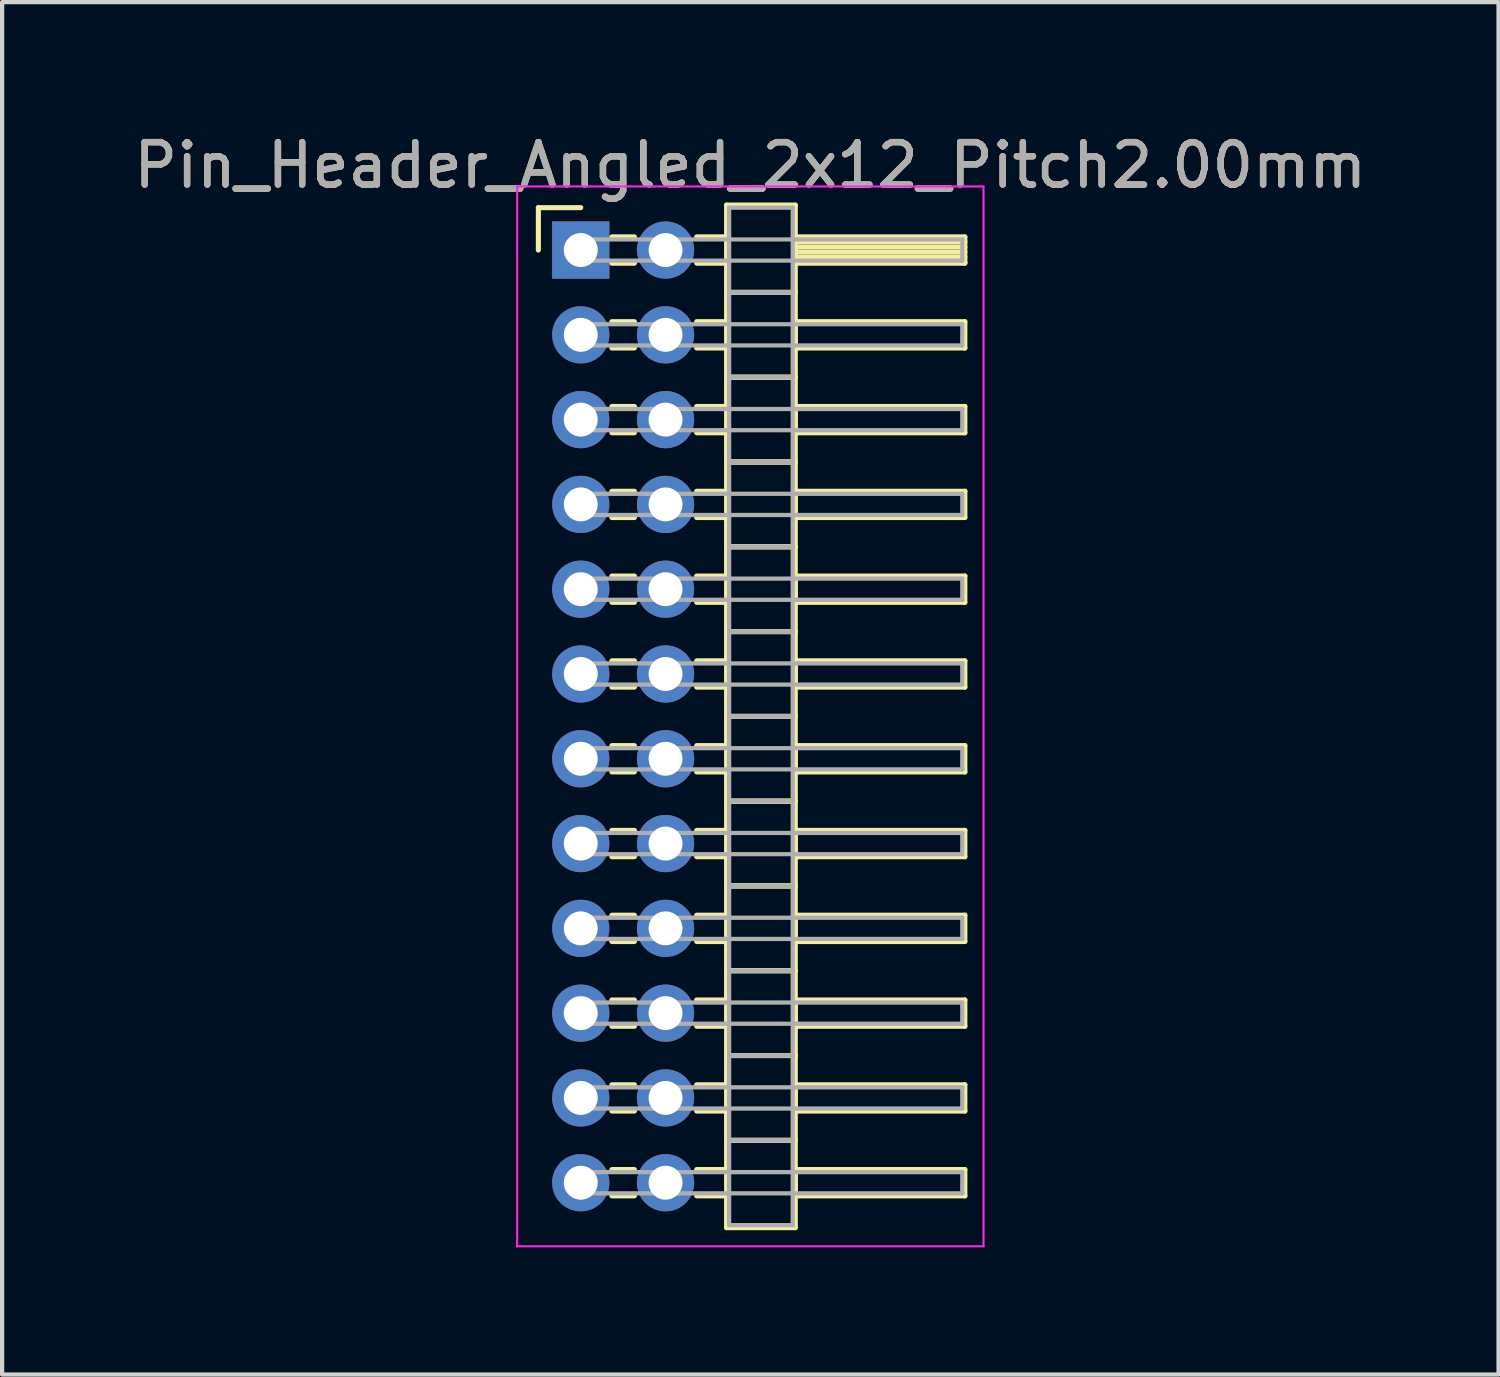
<source format=kicad_pcb>
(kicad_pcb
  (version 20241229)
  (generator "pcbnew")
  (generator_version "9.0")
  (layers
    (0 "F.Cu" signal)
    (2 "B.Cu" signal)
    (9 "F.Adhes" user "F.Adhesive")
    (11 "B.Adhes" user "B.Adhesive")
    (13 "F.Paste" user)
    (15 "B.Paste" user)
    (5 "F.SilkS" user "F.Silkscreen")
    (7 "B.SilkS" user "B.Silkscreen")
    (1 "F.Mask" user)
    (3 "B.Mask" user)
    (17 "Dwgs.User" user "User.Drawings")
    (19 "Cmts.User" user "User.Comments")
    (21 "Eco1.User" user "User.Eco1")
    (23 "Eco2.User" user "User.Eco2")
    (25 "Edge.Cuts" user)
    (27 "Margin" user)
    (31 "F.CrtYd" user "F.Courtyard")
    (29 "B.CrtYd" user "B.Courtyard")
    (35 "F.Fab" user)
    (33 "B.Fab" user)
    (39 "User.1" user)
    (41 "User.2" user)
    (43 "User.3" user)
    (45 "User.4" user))
  (footprint "Pin_Header_Angled_2x12_Pitch2.00mm"
    (layer "F.Cu")
    (at 10.649 2.848)
    (property "Reference" "Pin_Header_Angled_2x12_Pitch2.00mm" (at 4 -2 0) (layer "F.SilkS") (effects (font (size 1 1) (thickness 0.15))))
    (attr through_hole)
    (fp_line (start -1 -1) (end 0 -1) (stroke (width 0.12) (type solid)) (layer "F.SilkS"))
    (fp_line (start -1 0) (end -1 -1) (stroke (width 0.12) (type solid)) (layer "F.SilkS"))
    (fp_line (start 0.735 -0.31) (end 1.265 -0.31) (stroke (width 0.12) (type solid)) (layer "F.SilkS"))
    (fp_line (start 0.735 0.31) (end 1.265 0.31) (stroke (width 0.12) (type solid)) (layer "F.SilkS"))
    (fp_line (start 0.735 1.69) (end 1.265 1.69) (stroke (width 0.12) (type solid)) (layer "F.SilkS"))
    (fp_line (start 0.735 2.31) (end 1.265 2.31) (stroke (width 0.12) (type solid)) (layer "F.SilkS"))
    (fp_line (start 0.735 3.69) (end 1.265 3.69) (stroke (width 0.12) (type solid)) (layer "F.SilkS"))
    (fp_line (start 0.735 4.31) (end 1.265 4.31) (stroke (width 0.12) (type solid)) (layer "F.SilkS"))
    (fp_line (start 0.735 5.69) (end 1.265 5.69) (stroke (width 0.12) (type solid)) (layer "F.SilkS"))
    (fp_line (start 0.735 6.31) (end 1.265 6.31) (stroke (width 0.12) (type solid)) (layer "F.SilkS"))
    (fp_line (start 0.735 7.69) (end 1.265 7.69) (stroke (width 0.12) (type solid)) (layer "F.SilkS"))
    (fp_line (start 0.735 8.31) (end 1.265 8.31) (stroke (width 0.12) (type solid)) (layer "F.SilkS"))
    (fp_line (start 0.735 9.69) (end 1.265 9.69) (stroke (width 0.12) (type solid)) (layer "F.SilkS"))
    (fp_line (start 0.735 10.31) (end 1.265 10.31) (stroke (width 0.12) (type solid)) (layer "F.SilkS"))
    (fp_line (start 0.735 11.69) (end 1.265 11.69) (stroke (width 0.12) (type solid)) (layer "F.SilkS"))
    (fp_line (start 0.735 12.31) (end 1.265 12.31) (stroke (width 0.12) (type solid)) (layer "F.SilkS"))
    (fp_line (start 0.735 13.69) (end 1.265 13.69) (stroke (width 0.12) (type solid)) (layer "F.SilkS"))
    (fp_line (start 0.735 14.31) (end 1.265 14.31) (stroke (width 0.12) (type solid)) (layer "F.SilkS"))
    (fp_line (start 0.735 15.69) (end 1.265 15.69) (stroke (width 0.12) (type solid)) (layer "F.SilkS"))
    (fp_line (start 0.735 16.31) (end 1.265 16.31) (stroke (width 0.12) (type solid)) (layer "F.SilkS"))
    (fp_line (start 0.735 17.69) (end 1.265 17.69) (stroke (width 0.12) (type solid)) (layer "F.SilkS"))
    (fp_line (start 0.735 18.31) (end 1.265 18.31) (stroke (width 0.12) (type solid)) (layer "F.SilkS"))
    (fp_line (start 0.735 19.69) (end 1.265 19.69) (stroke (width 0.12) (type solid)) (layer "F.SilkS"))
    (fp_line (start 0.735 20.31) (end 1.265 20.31) (stroke (width 0.12) (type solid)) (layer "F.SilkS"))
    (fp_line (start 0.735 21.69) (end 1.265 21.69) (stroke (width 0.12) (type solid)) (layer "F.SilkS"))
    (fp_line (start 0.735 22.31) (end 1.265 22.31) (stroke (width 0.12) (type solid)) (layer "F.SilkS"))
    (fp_line (start 2.735 -0.31) (end 3.44 -0.31) (stroke (width 0.12) (type solid)) (layer "F.SilkS"))
    (fp_line (start 2.735 0.31) (end 3.44 0.31) (stroke (width 0.12) (type solid)) (layer "F.SilkS"))
    (fp_line (start 2.735 1.69) (end 3.44 1.69) (stroke (width 0.12) (type solid)) (layer "F.SilkS"))
    (fp_line (start 2.735 2.31) (end 3.44 2.31) (stroke (width 0.12) (type solid)) (layer "F.SilkS"))
    (fp_line (start 2.735 3.69) (end 3.44 3.69) (stroke (width 0.12) (type solid)) (layer "F.SilkS"))
    (fp_line (start 2.735 4.31) (end 3.44 4.31) (stroke (width 0.12) (type solid)) (layer "F.SilkS"))
    (fp_line (start 2.735 5.69) (end 3.44 5.69) (stroke (width 0.12) (type solid)) (layer "F.SilkS"))
    (fp_line (start 2.735 6.31) (end 3.44 6.31) (stroke (width 0.12) (type solid)) (layer "F.SilkS"))
    (fp_line (start 2.735 7.69) (end 3.44 7.69) (stroke (width 0.12) (type solid)) (layer "F.SilkS"))
    (fp_line (start 2.735 8.31) (end 3.44 8.31) (stroke (width 0.12) (type solid)) (layer "F.SilkS"))
    (fp_line (start 2.735 9.69) (end 3.44 9.69) (stroke (width 0.12) (type solid)) (layer "F.SilkS"))
    (fp_line (start 2.735 10.31) (end 3.44 10.31) (stroke (width 0.12) (type solid)) (layer "F.SilkS"))
    (fp_line (start 2.735 11.69) (end 3.44 11.69) (stroke (width 0.12) (type solid)) (layer "F.SilkS"))
    (fp_line (start 2.735 12.31) (end 3.44 12.31) (stroke (width 0.12) (type solid)) (layer "F.SilkS"))
    (fp_line (start 2.735 13.69) (end 3.44 13.69) (stroke (width 0.12) (type solid)) (layer "F.SilkS"))
    (fp_line (start 2.735 14.31) (end 3.44 14.31) (stroke (width 0.12) (type solid)) (layer "F.SilkS"))
    (fp_line (start 2.735 15.69) (end 3.44 15.69) (stroke (width 0.12) (type solid)) (layer "F.SilkS"))
    (fp_line (start 2.735 16.31) (end 3.44 16.31) (stroke (width 0.12) (type solid)) (layer "F.SilkS"))
    (fp_line (start 2.735 17.69) (end 3.44 17.69) (stroke (width 0.12) (type solid)) (layer "F.SilkS"))
    (fp_line (start 2.735 18.31) (end 3.44 18.31) (stroke (width 0.12) (type solid)) (layer "F.SilkS"))
    (fp_line (start 2.735 19.69) (end 3.44 19.69) (stroke (width 0.12) (type solid)) (layer "F.SilkS"))
    (fp_line (start 2.735 20.31) (end 3.44 20.31) (stroke (width 0.12) (type solid)) (layer "F.SilkS"))
    (fp_line (start 2.735 21.69) (end 3.44 21.69) (stroke (width 0.12) (type solid)) (layer "F.SilkS"))
    (fp_line (start 2.735 22.31) (end 3.44 22.31) (stroke (width 0.12) (type solid)) (layer "F.SilkS"))
    (fp_line (start 3.44 -1.06) (end 3.44 1) (stroke (width 0.12) (type solid)) (layer "F.SilkS"))
    (fp_line (start 3.44 1) (end 3.44 3) (stroke (width 0.12) (type solid)) (layer "F.SilkS"))
    (fp_line (start 3.44 1) (end 5.06 1) (stroke (width 0.12) (type solid)) (layer "F.SilkS"))
    (fp_line (start 3.44 3) (end 3.44 5) (stroke (width 0.12) (type solid)) (layer "F.SilkS"))
    (fp_line (start 3.44 3) (end 5.06 3) (stroke (width 0.12) (type solid)) (layer "F.SilkS"))
    (fp_line (start 3.44 5) (end 3.44 7) (stroke (width 0.12) (type solid)) (layer "F.SilkS"))
    (fp_line (start 3.44 5) (end 5.06 5) (stroke (width 0.12) (type solid)) (layer "F.SilkS"))
    (fp_line (start 3.44 7) (end 3.44 9) (stroke (width 0.12) (type solid)) (layer "F.SilkS"))
    (fp_line (start 3.44 7) (end 5.06 7) (stroke (width 0.12) (type solid)) (layer "F.SilkS"))
    (fp_line (start 3.44 9) (end 3.44 11) (stroke (width 0.12) (type solid)) (layer "F.SilkS"))
    (fp_line (start 3.44 9) (end 5.06 9) (stroke (width 0.12) (type solid)) (layer "F.SilkS"))
    (fp_line (start 3.44 11) (end 3.44 13) (stroke (width 0.12) (type solid)) (layer "F.SilkS"))
    (fp_line (start 3.44 11) (end 5.06 11) (stroke (width 0.12) (type solid)) (layer "F.SilkS"))
    (fp_line (start 3.44 13) (end 3.44 15) (stroke (width 0.12) (type solid)) (layer "F.SilkS"))
    (fp_line (start 3.44 13) (end 5.06 13) (stroke (width 0.12) (type solid)) (layer "F.SilkS"))
    (fp_line (start 3.44 15) (end 3.44 17) (stroke (width 0.12) (type solid)) (layer "F.SilkS"))
    (fp_line (start 3.44 15) (end 5.06 15) (stroke (width 0.12) (type solid)) (layer "F.SilkS"))
    (fp_line (start 3.44 17) (end 3.44 19) (stroke (width 0.12) (type solid)) (layer "F.SilkS"))
    (fp_line (start 3.44 17) (end 5.06 17) (stroke (width 0.12) (type solid)) (layer "F.SilkS"))
    (fp_line (start 3.44 19) (end 3.44 21) (stroke (width 0.12) (type solid)) (layer "F.SilkS"))
    (fp_line (start 3.44 19) (end 5.06 19) (stroke (width 0.12) (type solid)) (layer "F.SilkS"))
    (fp_line (start 3.44 21) (end 3.44 23.06) (stroke (width 0.12) (type solid)) (layer "F.SilkS"))
    (fp_line (start 3.44 21) (end 5.06 21) (stroke (width 0.12) (type solid)) (layer "F.SilkS"))
    (fp_line (start 3.44 23.06) (end 5.06 23.06) (stroke (width 0.12) (type solid)) (layer "F.SilkS"))
    (fp_line (start 5.06 -1.06) (end 3.44 -1.06) (stroke (width 0.12) (type solid)) (layer "F.SilkS"))
    (fp_line (start 5.06 -0.31) (end 5.06 0.31) (stroke (width 0.12) (type solid)) (layer "F.SilkS"))
    (fp_line (start 5.06 -0.19) (end 9.06 -0.19) (stroke (width 0.12) (type solid)) (layer "F.SilkS"))
    (fp_line (start 5.06 -0.07) (end 9.06 -0.07) (stroke (width 0.12) (type solid)) (layer "F.SilkS"))
    (fp_line (start 5.06 0.05) (end 9.06 0.05) (stroke (width 0.12) (type solid)) (layer "F.SilkS"))
    (fp_line (start 5.06 0.17) (end 9.06 0.17) (stroke (width 0.12) (type solid)) (layer "F.SilkS"))
    (fp_line (start 5.06 0.29) (end 9.06 0.29) (stroke (width 0.12) (type solid)) (layer "F.SilkS"))
    (fp_line (start 5.06 0.31) (end 9.06 0.31) (stroke (width 0.12) (type solid)) (layer "F.SilkS"))
    (fp_line (start 5.06 1) (end 3.44 1) (stroke (width 0.12) (type solid)) (layer "F.SilkS"))
    (fp_line (start 5.06 1) (end 5.06 -1.06) (stroke (width 0.12) (type solid)) (layer "F.SilkS"))
    (fp_line (start 5.06 1.69) (end 5.06 2.31) (stroke (width 0.12) (type solid)) (layer "F.SilkS"))
    (fp_line (start 5.06 2.31) (end 9.06 2.31) (stroke (width 0.12) (type solid)) (layer "F.SilkS"))
    (fp_line (start 5.06 3) (end 3.44 3) (stroke (width 0.12) (type solid)) (layer "F.SilkS"))
    (fp_line (start 5.06 3) (end 5.06 1) (stroke (width 0.12) (type solid)) (layer "F.SilkS"))
    (fp_line (start 5.06 3.69) (end 5.06 4.31) (stroke (width 0.12) (type solid)) (layer "F.SilkS"))
    (fp_line (start 5.06 4.31) (end 9.06 4.31) (stroke (width 0.12) (type solid)) (layer "F.SilkS"))
    (fp_line (start 5.06 5) (end 3.44 5) (stroke (width 0.12) (type solid)) (layer "F.SilkS"))
    (fp_line (start 5.06 5) (end 5.06 3) (stroke (width 0.12) (type solid)) (layer "F.SilkS"))
    (fp_line (start 5.06 5.69) (end 5.06 6.31) (stroke (width 0.12) (type solid)) (layer "F.SilkS"))
    (fp_line (start 5.06 6.31) (end 9.06 6.31) (stroke (width 0.12) (type solid)) (layer "F.SilkS"))
    (fp_line (start 5.06 7) (end 3.44 7) (stroke (width 0.12) (type solid)) (layer "F.SilkS"))
    (fp_line (start 5.06 7) (end 5.06 5) (stroke (width 0.12) (type solid)) (layer "F.SilkS"))
    (fp_line (start 5.06 7.69) (end 5.06 8.31) (stroke (width 0.12) (type solid)) (layer "F.SilkS"))
    (fp_line (start 5.06 8.31) (end 9.06 8.31) (stroke (width 0.12) (type solid)) (layer "F.SilkS"))
    (fp_line (start 5.06 9) (end 3.44 9) (stroke (width 0.12) (type solid)) (layer "F.SilkS"))
    (fp_line (start 5.06 9) (end 5.06 7) (stroke (width 0.12) (type solid)) (layer "F.SilkS"))
    (fp_line (start 5.06 9.69) (end 5.06 10.31) (stroke (width 0.12) (type solid)) (layer "F.SilkS"))
    (fp_line (start 5.06 10.31) (end 9.06 10.31) (stroke (width 0.12) (type solid)) (layer "F.SilkS"))
    (fp_line (start 5.06 11) (end 3.44 11) (stroke (width 0.12) (type solid)) (layer "F.SilkS"))
    (fp_line (start 5.06 11) (end 5.06 9) (stroke (width 0.12) (type solid)) (layer "F.SilkS"))
    (fp_line (start 5.06 11.69) (end 5.06 12.31) (stroke (width 0.12) (type solid)) (layer "F.SilkS"))
    (fp_line (start 5.06 12.31) (end 9.06 12.31) (stroke (width 0.12) (type solid)) (layer "F.SilkS"))
    (fp_line (start 5.06 13) (end 3.44 13) (stroke (width 0.12) (type solid)) (layer "F.SilkS"))
    (fp_line (start 5.06 13) (end 5.06 11) (stroke (width 0.12) (type solid)) (layer "F.SilkS"))
    (fp_line (start 5.06 13.69) (end 5.06 14.31) (stroke (width 0.12) (type solid)) (layer "F.SilkS"))
    (fp_line (start 5.06 14.31) (end 9.06 14.31) (stroke (width 0.12) (type solid)) (layer "F.SilkS"))
    (fp_line (start 5.06 15) (end 3.44 15) (stroke (width 0.12) (type solid)) (layer "F.SilkS"))
    (fp_line (start 5.06 15) (end 5.06 13) (stroke (width 0.12) (type solid)) (layer "F.SilkS"))
    (fp_line (start 5.06 15.69) (end 5.06 16.31) (stroke (width 0.12) (type solid)) (layer "F.SilkS"))
    (fp_line (start 5.06 16.31) (end 9.06 16.31) (stroke (width 0.12) (type solid)) (layer "F.SilkS"))
    (fp_line (start 5.06 17) (end 3.44 17) (stroke (width 0.12) (type solid)) (layer "F.SilkS"))
    (fp_line (start 5.06 17) (end 5.06 15) (stroke (width 0.12) (type solid)) (layer "F.SilkS"))
    (fp_line (start 5.06 17.69) (end 5.06 18.31) (stroke (width 0.12) (type solid)) (layer "F.SilkS"))
    (fp_line (start 5.06 18.31) (end 9.06 18.31) (stroke (width 0.12) (type solid)) (layer "F.SilkS"))
    (fp_line (start 5.06 19) (end 3.44 19) (stroke (width 0.12) (type solid)) (layer "F.SilkS"))
    (fp_line (start 5.06 19) (end 5.06 17) (stroke (width 0.12) (type solid)) (layer "F.SilkS"))
    (fp_line (start 5.06 19.69) (end 5.06 20.31) (stroke (width 0.12) (type solid)) (layer "F.SilkS"))
    (fp_line (start 5.06 20.31) (end 9.06 20.31) (stroke (width 0.12) (type solid)) (layer "F.SilkS"))
    (fp_line (start 5.06 21) (end 3.44 21) (stroke (width 0.12) (type solid)) (layer "F.SilkS"))
    (fp_line (start 5.06 21) (end 5.06 19) (stroke (width 0.12) (type solid)) (layer "F.SilkS"))
    (fp_line (start 5.06 21.69) (end 5.06 22.31) (stroke (width 0.12) (type solid)) (layer "F.SilkS"))
    (fp_line (start 5.06 22.31) (end 9.06 22.31) (stroke (width 0.12) (type solid)) (layer "F.SilkS"))
    (fp_line (start 5.06 23.06) (end 5.06 21) (stroke (width 0.12) (type solid)) (layer "F.SilkS"))
    (fp_line (start 9.06 -0.31) (end 5.06 -0.31) (stroke (width 0.12) (type solid)) (layer "F.SilkS"))
    (fp_line (start 9.06 0.31) (end 9.06 -0.31) (stroke (width 0.12) (type solid)) (layer "F.SilkS"))
    (fp_line (start 9.06 1.69) (end 5.06 1.69) (stroke (width 0.12) (type solid)) (layer "F.SilkS"))
    (fp_line (start 9.06 2.31) (end 9.06 1.69) (stroke (width 0.12) (type solid)) (layer "F.SilkS"))
    (fp_line (start 9.06 3.69) (end 5.06 3.69) (stroke (width 0.12) (type solid)) (layer "F.SilkS"))
    (fp_line (start 9.06 4.31) (end 9.06 3.69) (stroke (width 0.12) (type solid)) (layer "F.SilkS"))
    (fp_line (start 9.06 5.69) (end 5.06 5.69) (stroke (width 0.12) (type solid)) (layer "F.SilkS"))
    (fp_line (start 9.06 6.31) (end 9.06 5.69) (stroke (width 0.12) (type solid)) (layer "F.SilkS"))
    (fp_line (start 9.06 7.69) (end 5.06 7.69) (stroke (width 0.12) (type solid)) (layer "F.SilkS"))
    (fp_line (start 9.06 8.31) (end 9.06 7.69) (stroke (width 0.12) (type solid)) (layer "F.SilkS"))
    (fp_line (start 9.06 9.69) (end 5.06 9.69) (stroke (width 0.12) (type solid)) (layer "F.SilkS"))
    (fp_line (start 9.06 10.31) (end 9.06 9.69) (stroke (width 0.12) (type solid)) (layer "F.SilkS"))
    (fp_line (start 9.06 11.69) (end 5.06 11.69) (stroke (width 0.12) (type solid)) (layer "F.SilkS"))
    (fp_line (start 9.06 12.31) (end 9.06 11.69) (stroke (width 0.12) (type solid)) (layer "F.SilkS"))
    (fp_line (start 9.06 13.69) (end 5.06 13.69) (stroke (width 0.12) (type solid)) (layer "F.SilkS"))
    (fp_line (start 9.06 14.31) (end 9.06 13.69) (stroke (width 0.12) (type solid)) (layer "F.SilkS"))
    (fp_line (start 9.06 15.69) (end 5.06 15.69) (stroke (width 0.12) (type solid)) (layer "F.SilkS"))
    (fp_line (start 9.06 16.31) (end 9.06 15.69) (stroke (width 0.12) (type solid)) (layer "F.SilkS"))
    (fp_line (start 9.06 17.69) (end 5.06 17.69) (stroke (width 0.12) (type solid)) (layer "F.SilkS"))
    (fp_line (start 9.06 18.31) (end 9.06 17.69) (stroke (width 0.12) (type solid)) (layer "F.SilkS"))
    (fp_line (start 9.06 19.69) (end 5.06 19.69) (stroke (width 0.12) (type solid)) (layer "F.SilkS"))
    (fp_line (start 9.06 20.31) (end 9.06 19.69) (stroke (width 0.12) (type solid)) (layer "F.SilkS"))
    (fp_line (start 9.06 21.69) (end 5.06 21.69) (stroke (width 0.12) (type solid)) (layer "F.SilkS"))
    (fp_line (start 9.06 22.31) (end 9.06 21.69) (stroke (width 0.12) (type solid)) (layer "F.SilkS"))
    (fp_line (start -1.5 -1.5) (end -1.5 23.5) (stroke (width 0.05) (type solid)) (layer "F.CrtYd"))
    (fp_line (start -1.5 23.5) (end 9.5 23.5) (stroke (width 0.05) (type solid)) (layer "F.CrtYd"))
    (fp_line (start 9.5 -1.5) (end -1.5 -1.5) (stroke (width 0.05) (type solid)) (layer "F.CrtYd"))
    (fp_line (start 9.5 23.5) (end 9.5 -1.5) (stroke (width 0.05) (type solid)) (layer "F.CrtYd"))
    (fp_line (start 0 -0.25) (end 0 0.25) (stroke (width 0.1) (type solid)) (layer "F.Fab"))
    (fp_line (start 0 0.25) (end 9 0.25) (stroke (width 0.1) (type solid)) (layer "F.Fab"))
    (fp_line (start 0 1.75) (end 0 2.25) (stroke (width 0.1) (type solid)) (layer "F.Fab"))
    (fp_line (start 0 2.25) (end 9 2.25) (stroke (width 0.1) (type solid)) (layer "F.Fab"))
    (fp_line (start 0 3.75) (end 0 4.25) (stroke (width 0.1) (type solid)) (layer "F.Fab"))
    (fp_line (start 0 4.25) (end 9 4.25) (stroke (width 0.1) (type solid)) (layer "F.Fab"))
    (fp_line (start 0 5.75) (end 0 6.25) (stroke (width 0.1) (type solid)) (layer "F.Fab"))
    (fp_line (start 0 6.25) (end 9 6.25) (stroke (width 0.1) (type solid)) (layer "F.Fab"))
    (fp_line (start 0 7.75) (end 0 8.25) (stroke (width 0.1) (type solid)) (layer "F.Fab"))
    (fp_line (start 0 8.25) (end 9 8.25) (stroke (width 0.1) (type solid)) (layer "F.Fab"))
    (fp_line (start 0 9.75) (end 0 10.25) (stroke (width 0.1) (type solid)) (layer "F.Fab"))
    (fp_line (start 0 10.25) (end 9 10.25) (stroke (width 0.1) (type solid)) (layer "F.Fab"))
    (fp_line (start 0 11.75) (end 0 12.25) (stroke (width 0.1) (type solid)) (layer "F.Fab"))
    (fp_line (start 0 12.25) (end 9 12.25) (stroke (width 0.1) (type solid)) (layer "F.Fab"))
    (fp_line (start 0 13.75) (end 0 14.25) (stroke (width 0.1) (type solid)) (layer "F.Fab"))
    (fp_line (start 0 14.25) (end 9 14.25) (stroke (width 0.1) (type solid)) (layer "F.Fab"))
    (fp_line (start 0 15.75) (end 0 16.25) (stroke (width 0.1) (type solid)) (layer "F.Fab"))
    (fp_line (start 0 16.25) (end 9 16.25) (stroke (width 0.1) (type solid)) (layer "F.Fab"))
    (fp_line (start 0 17.75) (end 0 18.25) (stroke (width 0.1) (type solid)) (layer "F.Fab"))
    (fp_line (start 0 18.25) (end 9 18.25) (stroke (width 0.1) (type solid)) (layer "F.Fab"))
    (fp_line (start 0 19.75) (end 0 20.25) (stroke (width 0.1) (type solid)) (layer "F.Fab"))
    (fp_line (start 0 20.25) (end 9 20.25) (stroke (width 0.1) (type solid)) (layer "F.Fab"))
    (fp_line (start 0 21.75) (end 0 22.25) (stroke (width 0.1) (type solid)) (layer "F.Fab"))
    (fp_line (start 0 22.25) (end 9 22.25) (stroke (width 0.1) (type solid)) (layer "F.Fab"))
    (fp_line (start 3.5 -1) (end 3.5 1) (stroke (width 0.1) (type solid)) (layer "F.Fab"))
    (fp_line (start 3.5 1) (end 3.5 3) (stroke (width 0.1) (type solid)) (layer "F.Fab"))
    (fp_line (start 3.5 1) (end 5 1) (stroke (width 0.1) (type solid)) (layer "F.Fab"))
    (fp_line (start 3.5 3) (end 3.5 5) (stroke (width 0.1) (type solid)) (layer "F.Fab"))
    (fp_line (start 3.5 3) (end 5 3) (stroke (width 0.1) (type solid)) (layer "F.Fab"))
    (fp_line (start 3.5 5) (end 3.5 7) (stroke (width 0.1) (type solid)) (layer "F.Fab"))
    (fp_line (start 3.5 5) (end 5 5) (stroke (width 0.1) (type solid)) (layer "F.Fab"))
    (fp_line (start 3.5 7) (end 3.5 9) (stroke (width 0.1) (type solid)) (layer "F.Fab"))
    (fp_line (start 3.5 7) (end 5 7) (stroke (width 0.1) (type solid)) (layer "F.Fab"))
    (fp_line (start 3.5 9) (end 3.5 11) (stroke (width 0.1) (type solid)) (layer "F.Fab"))
    (fp_line (start 3.5 9) (end 5 9) (stroke (width 0.1) (type solid)) (layer "F.Fab"))
    (fp_line (start 3.5 11) (end 3.5 13) (stroke (width 0.1) (type solid)) (layer "F.Fab"))
    (fp_line (start 3.5 11) (end 5 11) (stroke (width 0.1) (type solid)) (layer "F.Fab"))
    (fp_line (start 3.5 13) (end 3.5 15) (stroke (width 0.1) (type solid)) (layer "F.Fab"))
    (fp_line (start 3.5 13) (end 5 13) (stroke (width 0.1) (type solid)) (layer "F.Fab"))
    (fp_line (start 3.5 15) (end 3.5 17) (stroke (width 0.1) (type solid)) (layer "F.Fab"))
    (fp_line (start 3.5 15) (end 5 15) (stroke (width 0.1) (type solid)) (layer "F.Fab"))
    (fp_line (start 3.5 17) (end 3.5 19) (stroke (width 0.1) (type solid)) (layer "F.Fab"))
    (fp_line (start 3.5 17) (end 5 17) (stroke (width 0.1) (type solid)) (layer "F.Fab"))
    (fp_line (start 3.5 19) (end 3.5 21) (stroke (width 0.1) (type solid)) (layer "F.Fab"))
    (fp_line (start 3.5 19) (end 5 19) (stroke (width 0.1) (type solid)) (layer "F.Fab"))
    (fp_line (start 3.5 21) (end 3.5 23) (stroke (width 0.1) (type solid)) (layer "F.Fab"))
    (fp_line (start 3.5 21) (end 5 21) (stroke (width 0.1) (type solid)) (layer "F.Fab"))
    (fp_line (start 3.5 23) (end 5 23) (stroke (width 0.1) (type solid)) (layer "F.Fab"))
    (fp_line (start 5 -1) (end 3.5 -1) (stroke (width 0.1) (type solid)) (layer "F.Fab"))
    (fp_line (start 5 1) (end 3.5 1) (stroke (width 0.1) (type solid)) (layer "F.Fab"))
    (fp_line (start 5 1) (end 5 -1) (stroke (width 0.1) (type solid)) (layer "F.Fab"))
    (fp_line (start 5 3) (end 3.5 3) (stroke (width 0.1) (type solid)) (layer "F.Fab"))
    (fp_line (start 5 3) (end 5 1) (stroke (width 0.1) (type solid)) (layer "F.Fab"))
    (fp_line (start 5 5) (end 3.5 5) (stroke (width 0.1) (type solid)) (layer "F.Fab"))
    (fp_line (start 5 5) (end 5 3) (stroke (width 0.1) (type solid)) (layer "F.Fab"))
    (fp_line (start 5 7) (end 3.5 7) (stroke (width 0.1) (type solid)) (layer "F.Fab"))
    (fp_line (start 5 7) (end 5 5) (stroke (width 0.1) (type solid)) (layer "F.Fab"))
    (fp_line (start 5 9) (end 3.5 9) (stroke (width 0.1) (type solid)) (layer "F.Fab"))
    (fp_line (start 5 9) (end 5 7) (stroke (width 0.1) (type solid)) (layer "F.Fab"))
    (fp_line (start 5 11) (end 3.5 11) (stroke (width 0.1) (type solid)) (layer "F.Fab"))
    (fp_line (start 5 11) (end 5 9) (stroke (width 0.1) (type solid)) (layer "F.Fab"))
    (fp_line (start 5 13) (end 3.5 13) (stroke (width 0.1) (type solid)) (layer "F.Fab"))
    (fp_line (start 5 13) (end 5 11) (stroke (width 0.1) (type solid)) (layer "F.Fab"))
    (fp_line (start 5 15) (end 3.5 15) (stroke (width 0.1) (type solid)) (layer "F.Fab"))
    (fp_line (start 5 15) (end 5 13) (stroke (width 0.1) (type solid)) (layer "F.Fab"))
    (fp_line (start 5 17) (end 3.5 17) (stroke (width 0.1) (type solid)) (layer "F.Fab"))
    (fp_line (start 5 17) (end 5 15) (stroke (width 0.1) (type solid)) (layer "F.Fab"))
    (fp_line (start 5 19) (end 3.5 19) (stroke (width 0.1) (type solid)) (layer "F.Fab"))
    (fp_line (start 5 19) (end 5 17) (stroke (width 0.1) (type solid)) (layer "F.Fab"))
    (fp_line (start 5 21) (end 3.5 21) (stroke (width 0.1) (type solid)) (layer "F.Fab"))
    (fp_line (start 5 21) (end 5 19) (stroke (width 0.1) (type solid)) (layer "F.Fab"))
    (fp_line (start 5 23) (end 5 21) (stroke (width 0.1) (type solid)) (layer "F.Fab"))
    (fp_line (start 9 -0.25) (end 0 -0.25) (stroke (width 0.1) (type solid)) (layer "F.Fab"))
    (fp_line (start 9 0.25) (end 9 -0.25) (stroke (width 0.1) (type solid)) (layer "F.Fab"))
    (fp_line (start 9 1.75) (end 0 1.75) (stroke (width 0.1) (type solid)) (layer "F.Fab"))
    (fp_line (start 9 2.25) (end 9 1.75) (stroke (width 0.1) (type solid)) (layer "F.Fab"))
    (fp_line (start 9 3.75) (end 0 3.75) (stroke (width 0.1) (type solid)) (layer "F.Fab"))
    (fp_line (start 9 4.25) (end 9 3.75) (stroke (width 0.1) (type solid)) (layer "F.Fab"))
    (fp_line (start 9 5.75) (end 0 5.75) (stroke (width 0.1) (type solid)) (layer "F.Fab"))
    (fp_line (start 9 6.25) (end 9 5.75) (stroke (width 0.1) (type solid)) (layer "F.Fab"))
    (fp_line (start 9 7.75) (end 0 7.75) (stroke (width 0.1) (type solid)) (layer "F.Fab"))
    (fp_line (start 9 8.25) (end 9 7.75) (stroke (width 0.1) (type solid)) (layer "F.Fab"))
    (fp_line (start 9 9.75) (end 0 9.75) (stroke (width 0.1) (type solid)) (layer "F.Fab"))
    (fp_line (start 9 10.25) (end 9 9.75) (stroke (width 0.1) (type solid)) (layer "F.Fab"))
    (fp_line (start 9 11.75) (end 0 11.75) (stroke (width 0.1) (type solid)) (layer "F.Fab"))
    (fp_line (start 9 12.25) (end 9 11.75) (stroke (width 0.1) (type solid)) (layer "F.Fab"))
    (fp_line (start 9 13.75) (end 0 13.75) (stroke (width 0.1) (type solid)) (layer "F.Fab"))
    (fp_line (start 9 14.25) (end 9 13.75) (stroke (width 0.1) (type solid)) (layer "F.Fab"))
    (fp_line (start 9 15.75) (end 0 15.75) (stroke (width 0.1) (type solid)) (layer "F.Fab"))
    (fp_line (start 9 16.25) (end 9 15.75) (stroke (width 0.1) (type solid)) (layer "F.Fab"))
    (fp_line (start 9 17.75) (end 0 17.75) (stroke (width 0.1) (type solid)) (layer "F.Fab"))
    (fp_line (start 9 18.25) (end 9 17.75) (stroke (width 0.1) (type solid)) (layer "F.Fab"))
    (fp_line (start 9 19.75) (end 0 19.75) (stroke (width 0.1) (type solid)) (layer "F.Fab"))
    (fp_line (start 9 20.25) (end 9 19.75) (stroke (width 0.1) (type solid)) (layer "F.Fab"))
    (fp_line (start 9 21.75) (end 0 21.75) (stroke (width 0.1) (type solid)) (layer "F.Fab"))
    (fp_line (start 9 22.25) (end 9 21.75) (stroke (width 0.1) (type solid)) (layer "F.Fab"))
    (fp_text user "${REFERENCE}" (at 4 -2 0) (layer "F.Fab") (effects (font (size 1 1) (thickness 0.15))))
    (pad "1" thru_hole rect (at 0 0) (size 1.35 1.35) (drill 0.8) (layers "*.Cu" "*.Mask"))
    (pad "2" thru_hole oval (at 2 0) (size 1.35 1.35) (drill 0.8) (layers "*.Cu" "*.Mask"))
    (pad "3" thru_hole oval (at 0 2) (size 1.35 1.35) (drill 0.8) (layers "*.Cu" "*.Mask"))
    (pad "4" thru_hole oval (at 2 2) (size 1.35 1.35) (drill 0.8) (layers "*.Cu" "*.Mask"))
    (pad "5" thru_hole oval (at 0 4) (size 1.35 1.35) (drill 0.8) (layers "*.Cu" "*.Mask"))
    (pad "6" thru_hole oval (at 2 4) (size 1.35 1.35) (drill 0.8) (layers "*.Cu" "*.Mask"))
    (pad "7" thru_hole oval (at 0 6) (size 1.35 1.35) (drill 0.8) (layers "*.Cu" "*.Mask"))
    (pad "8" thru_hole oval (at 2 6) (size 1.35 1.35) (drill 0.8) (layers "*.Cu" "*.Mask"))
    (pad "9" thru_hole oval (at 0 8) (size 1.35 1.35) (drill 0.8) (layers "*.Cu" "*.Mask"))
    (pad "10" thru_hole oval (at 2 8) (size 1.35 1.35) (drill 0.8) (layers "*.Cu" "*.Mask"))
    (pad "11" thru_hole oval (at 0 10) (size 1.35 1.35) (drill 0.8) (layers "*.Cu" "*.Mask"))
    (pad "12" thru_hole oval (at 2 10) (size 1.35 1.35) (drill 0.8) (layers "*.Cu" "*.Mask"))
    (pad "13" thru_hole oval (at 0 12) (size 1.35 1.35) (drill 0.8) (layers "*.Cu" "*.Mask"))
    (pad "14" thru_hole oval (at 2 12) (size 1.35 1.35) (drill 0.8) (layers "*.Cu" "*.Mask"))
    (pad "15" thru_hole oval (at 0 14) (size 1.35 1.35) (drill 0.8) (layers "*.Cu" "*.Mask"))
    (pad "16" thru_hole oval (at 2 14) (size 1.35 1.35) (drill 0.8) (layers "*.Cu" "*.Mask"))
    (pad "17" thru_hole oval (at 0 16) (size 1.35 1.35) (drill 0.8) (layers "*.Cu" "*.Mask"))
    (pad "18" thru_hole oval (at 2 16) (size 1.35 1.35) (drill 0.8) (layers "*.Cu" "*.Mask"))
    (pad "19" thru_hole oval (at 0 18) (size 1.35 1.35) (drill 0.8) (layers "*.Cu" "*.Mask"))
    (pad "20" thru_hole oval (at 2 18) (size 1.35 1.35) (drill 0.8) (layers "*.Cu" "*.Mask"))
    (pad "21" thru_hole oval (at 0 20) (size 1.35 1.35) (drill 0.8) (layers "*.Cu" "*.Mask"))
    (pad "22" thru_hole oval (at 2 20) (size 1.35 1.35) (drill 0.8) (layers "*.Cu" "*.Mask"))
    (pad "23" thru_hole oval (at 0 22) (size 1.35 1.35) (drill 0.8) (layers "*.Cu" "*.Mask"))
    (pad "24" thru_hole oval (at 2 22) (size 1.35 1.35) (drill 0.8) (layers "*.Cu" "*.Mask")))
  (gr_rect
    (start -3 -3)
    (end 32.298 29.373)
    (stroke (width 0.1) (type default))
    (fill no)
    (layer "Edge.Cuts")))
</source>
